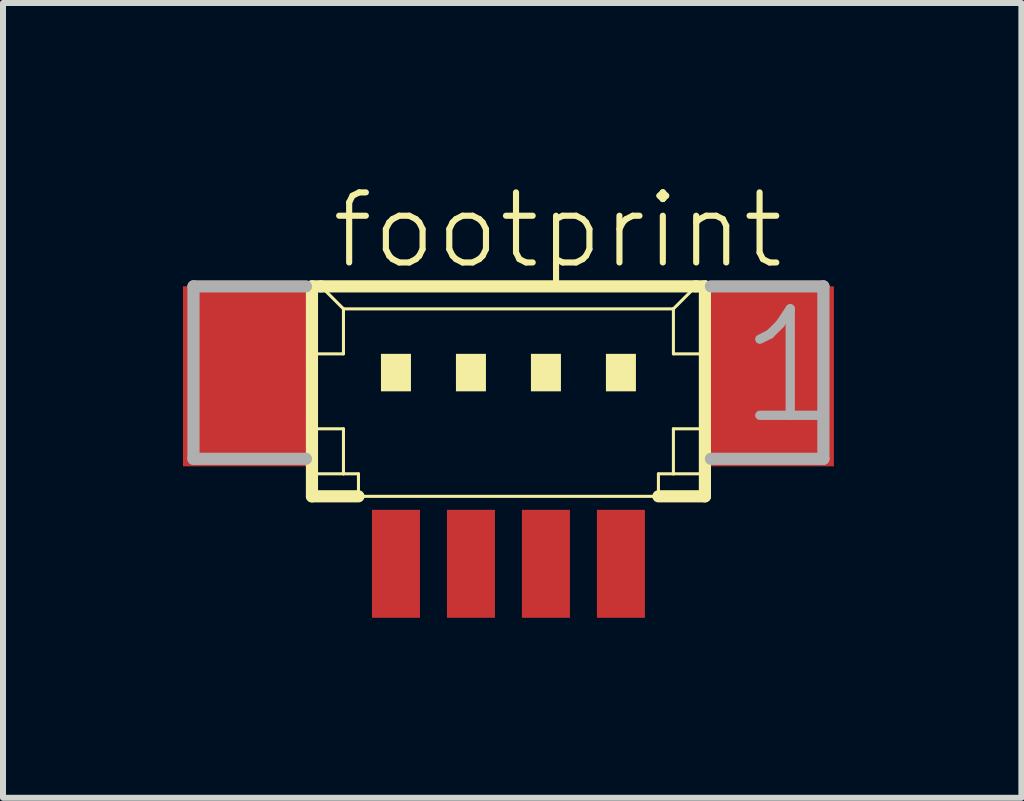
<source format=kicad_pcb>
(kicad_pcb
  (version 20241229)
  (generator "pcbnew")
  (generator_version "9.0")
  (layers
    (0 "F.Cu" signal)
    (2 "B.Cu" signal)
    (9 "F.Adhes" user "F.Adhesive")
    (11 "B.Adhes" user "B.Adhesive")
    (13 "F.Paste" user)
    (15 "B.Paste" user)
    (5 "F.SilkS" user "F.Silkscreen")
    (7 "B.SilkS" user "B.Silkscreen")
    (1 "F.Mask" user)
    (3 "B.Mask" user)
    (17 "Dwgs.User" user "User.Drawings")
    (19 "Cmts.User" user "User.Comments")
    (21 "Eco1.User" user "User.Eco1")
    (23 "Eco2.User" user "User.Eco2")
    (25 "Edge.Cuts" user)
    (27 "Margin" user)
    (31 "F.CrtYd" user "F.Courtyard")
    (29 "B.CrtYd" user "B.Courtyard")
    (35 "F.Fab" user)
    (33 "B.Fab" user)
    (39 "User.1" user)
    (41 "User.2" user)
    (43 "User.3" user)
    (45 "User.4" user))
  (footprint "footprint"
    (layer "F.Cu")
    (at 5.425 3.848)
    (property "Reference" "footprint" (at -3 -2.375 0) (layer "F.SilkS") (effects (font (size 1.168 1.168) (thickness 0.102)) (justify left bottom)))
    (fp_line (start -3.275 -2.125) (end -3.275 1.375) (stroke (width 0.203) (type solid)) (layer "F.SilkS"))
    (fp_line (start -3.275 1.375) (end -2.5 1.375) (stroke (width 0.203) (type solid)) (layer "F.SilkS"))
    (fp_line (start -3.25 -1) (end -2.75 -1) (stroke (width 0.051) (type solid)) (layer "F.SilkS"))
    (fp_line (start -3.25 0.25) (end -2.75 0.25) (stroke (width 0.051) (type solid)) (layer "F.SilkS"))
    (fp_line (start -3.25 1) (end -2.75 1) (stroke (width 0.051) (type solid)) (layer "F.SilkS"))
    (fp_line (start -3.125 -2.125) (end -3.275 -2.125) (stroke (width 0.203) (type solid)) (layer "F.SilkS"))
    (fp_line (start -2.75 -1.75) (end -3.125 -2.125) (stroke (width 0.051) (type solid)) (layer "F.SilkS"))
    (fp_line (start -2.75 -1.75) (end 2.75 -1.75) (stroke (width 0.051) (type solid)) (layer "F.SilkS"))
    (fp_line (start -2.75 -1) (end -2.75 -1.75) (stroke (width 0.051) (type solid)) (layer "F.SilkS"))
    (fp_line (start -2.75 0.25) (end -2.75 1) (stroke (width 0.051) (type solid)) (layer "F.SilkS"))
    (fp_line (start -2.75 1) (end -2.5 1) (stroke (width 0.051) (type solid)) (layer "F.SilkS"))
    (fp_line (start -2.5 1) (end -2.5 1.375) (stroke (width 0.051) (type solid)) (layer "F.SilkS"))
    (fp_line (start -2.5 1.375) (end 2.5 1.375) (stroke (width 0.051) (type solid)) (layer "F.SilkS"))
    (fp_line (start 2.5 1) (end 2.5 1.375) (stroke (width 0.051) (type solid)) (layer "F.SilkS"))
    (fp_line (start 2.5 1) (end 2.75 1) (stroke (width 0.051) (type solid)) (layer "F.SilkS"))
    (fp_line (start 2.5 1.375) (end 3.275 1.375) (stroke (width 0.203) (type solid)) (layer "F.SilkS"))
    (fp_line (start 2.75 -1.75) (end 2.75 -1) (stroke (width 0.051) (type solid)) (layer "F.SilkS"))
    (fp_line (start 2.75 -1.75) (end 3.125 -2.125) (stroke (width 0.051) (type solid)) (layer "F.SilkS"))
    (fp_line (start 2.75 -1) (end 3.25 -1) (stroke (width 0.051) (type solid)) (layer "F.SilkS"))
    (fp_line (start 2.75 0.25) (end 2.75 1) (stroke (width 0.051) (type solid)) (layer "F.SilkS"))
    (fp_line (start 2.75 0.25) (end 3.25 0.25) (stroke (width 0.051) (type solid)) (layer "F.SilkS"))
    (fp_line (start 2.75 1) (end 3.25 1) (stroke (width 0.051) (type solid)) (layer "F.SilkS"))
    (fp_line (start 3.125 -2.125) (end -3.125 -2.125) (stroke (width 0.203) (type solid)) (layer "F.SilkS"))
    (fp_line (start 3.275 -2.125) (end 3.125 -2.125) (stroke (width 0.203) (type solid)) (layer "F.SilkS"))
    (fp_line (start 3.275 1.375) (end 3.275 -2.125) (stroke (width 0.203) (type solid)) (layer "F.SilkS"))
    (fp_poly (pts (xy -2.125 -0.375) (xy -1.625 -0.375) (xy -1.625 -1) (xy -2.125 -1)) (stroke (width 0) (type solid)) (fill yes) (layer "F.SilkS"))
    (fp_poly (pts (xy -0.875 -0.375) (xy -0.375 -0.375) (xy -0.375 -1) (xy -0.875 -1)) (stroke (width 0) (type solid)) (fill yes) (layer "F.SilkS"))
    (fp_poly (pts (xy 0.375 -0.375) (xy 0.875 -0.375) (xy 0.875 -1) (xy 0.375 -1)) (stroke (width 0) (type solid)) (fill yes) (layer "F.SilkS"))
    (fp_poly (pts (xy 1.625 -0.375) (xy 2.125 -0.375) (xy 2.125 -1) (xy 1.625 -1)) (stroke (width 0) (type solid)) (fill yes) (layer "F.SilkS"))
    (fp_line (start -5.25 -2.125) (end -5.25 0.75) (stroke (width 0.203) (type solid)) (layer "F.Fab"))
    (fp_line (start -5.25 0.75) (end -3.375 0.75) (stroke (width 0.203) (type solid)) (layer "F.Fab"))
    (fp_line (start -3.375 -2.125) (end -5.25 -2.125) (stroke (width 0.203) (type solid)) (layer "F.Fab"))
    (fp_line (start 3.375 0.75) (end 5.25 0.75) (stroke (width 0.203) (type solid)) (layer "F.Fab"))
    (fp_line (start 5.25 -2.125) (end 3.375 -2.125) (stroke (width 0.203) (type solid)) (layer "F.Fab"))
    (fp_line (start 5.25 0.75) (end 5.25 -2.125) (stroke (width 0.203) (type solid)) (layer "F.Fab"))
    (fp_text user "1" (at 3.75 0.25 0) (layer "F.Fab") (effects (font (size 1.776 1.776) (thickness 0.154)) (justify left bottom)))
    (pad "1" smd rect (at 1.875 2.5) (size 0.8 1.8) (layers "F.Cu" "F.Mask" "F.Paste"))
    (pad "2" smd rect (at 0.625 2.5) (size 0.8 1.8) (layers "F.Cu" "F.Mask" "F.Paste"))
    (pad "3" smd rect (at -0.625 2.5) (size 0.8 1.8) (layers "F.Cu" "F.Mask" "F.Paste"))
    (pad "4" smd rect (at -1.875 2.5) (size 0.8 1.8) (layers "F.Cu" "F.Mask" "F.Paste"))
    (pad "S1" smd rect (at 4.375 -0.625) (size 2.1 3) (layers "F.Cu" "F.Mask" "F.Paste"))
    (pad "S2" smd rect (at -4.375 -0.625) (size 2.1 3) (layers "F.Cu" "F.Mask" "F.Paste")))
  (gr_rect
    (start -3 -3)
    (end 13.975 10.248)
    (stroke (width 0.1) (type default))
    (fill no)
    (layer "Edge.Cuts")))
</source>
